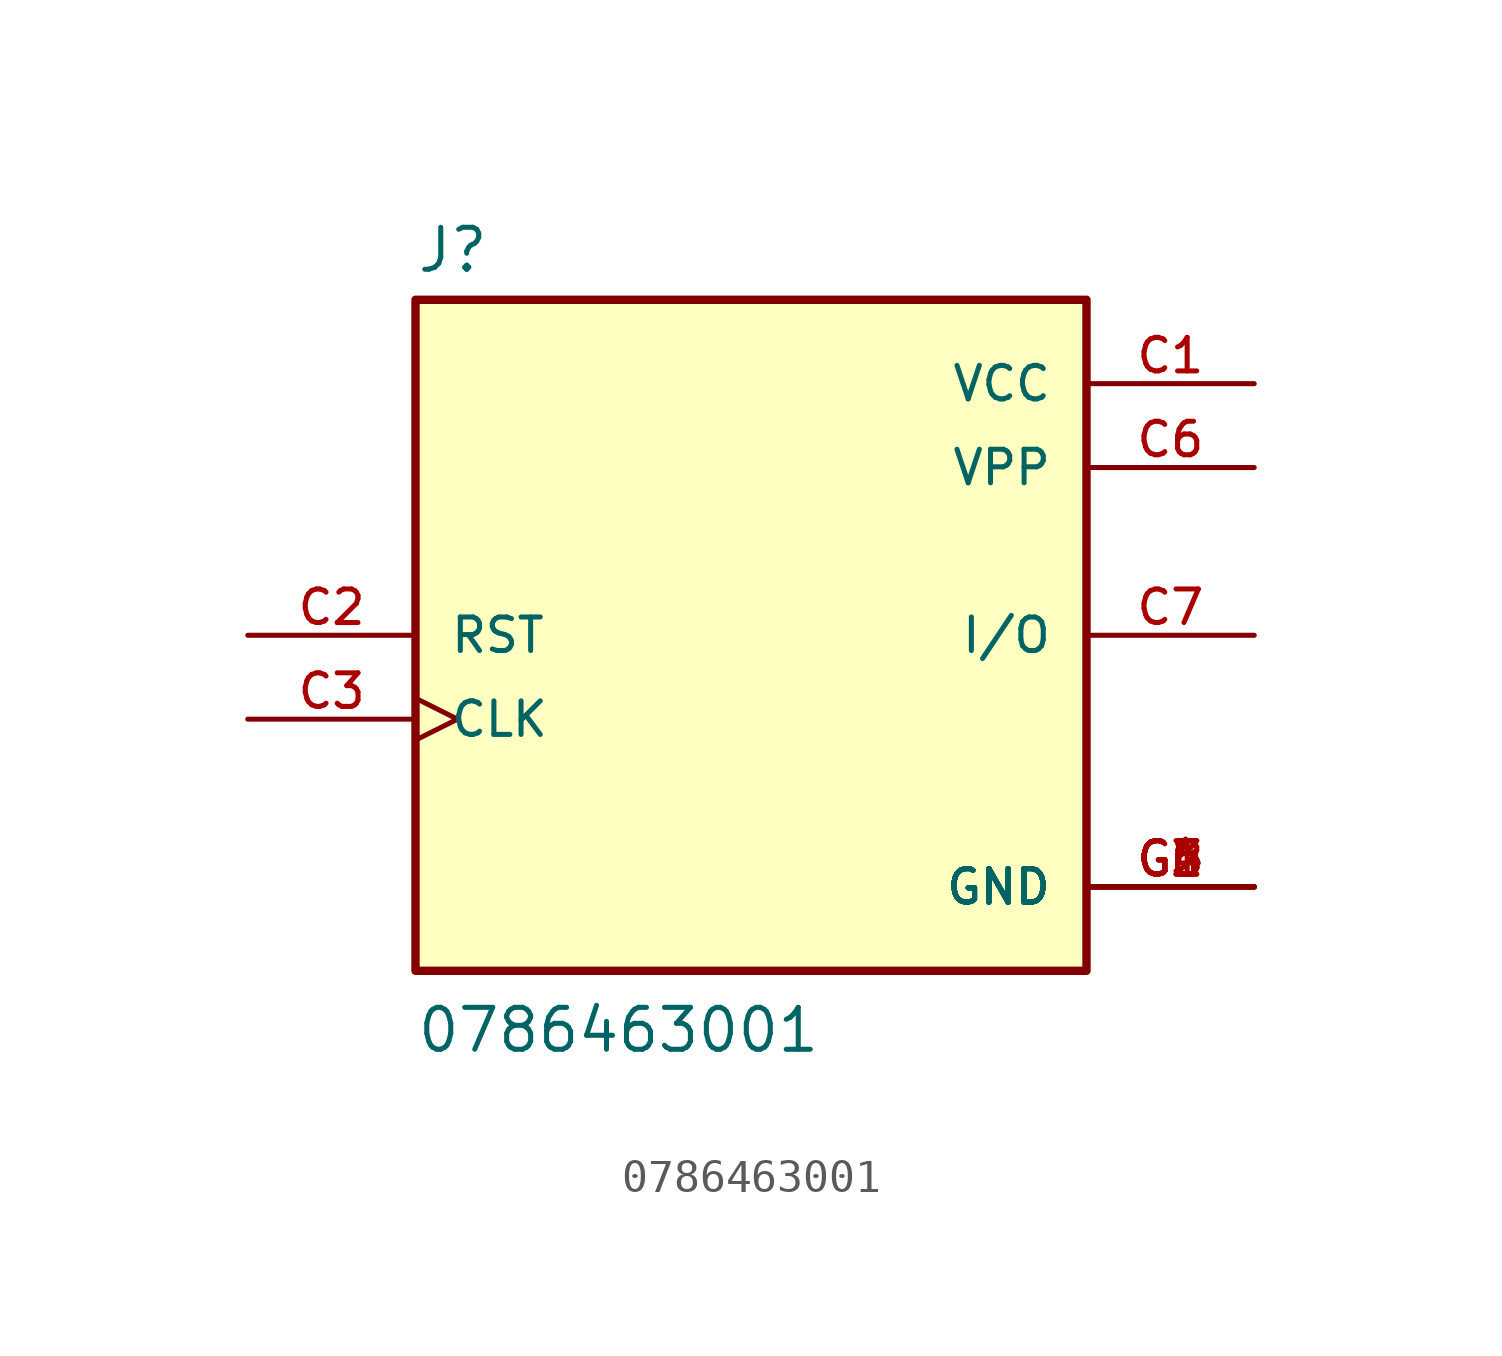
<source format=kicad_sym>
(kicad_symbol_lib
  (version 20211014)
  (generator kicad_symbol_editor)
  (symbol "0786463001"
    (pin_names
      (offset 1.016))
    (property "Reference" "J"
      (at -10.16 10.922 0)
      (effects (font (size 1.27 1.27)) (justify bottom left)))
    (property "Value" "0786463001"
      (at -10.16 -12.7 0)
      (effects (font (size 1.27 1.27)) (justify bottom left)))
    (symbol "0786463001_0_0"
      (rectangle (start -10.16 -10.16) (end 10.16 10.16) (stroke (width 0.254)) (fill (type background)))
      (pin power_in line (at 15.24 7.62 180.0) (length 5.08) (name "VCC" (effects (font (size 1.016 1.016)))) (number "C1" (effects (font (size 1.016 1.016)))))
      (pin input line (at -15.24 0.0 0) (length 5.08) (name "RST" (effects (font (size 1.016 1.016)))) (number "C2" (effects (font (size 1.016 1.016)))))
      (pin input clock (at -15.24 -2.54 0) (length 5.08) (name "CLK" (effects (font (size 1.016 1.016)))) (number "C3" (effects (font (size 1.016 1.016)))))
      (pin power_in line (at 15.24 -7.62 180.0) (length 5.08) (name "GND" (effects (font (size 1.016 1.016)))) (number "C5" (effects (font (size 1.016 1.016)))))
      (pin power_in line (at 15.24 -7.62 180.0) (length 5.08) (name "GND" (effects (font (size 1.016 1.016)))) (number "G1" (effects (font (size 1.016 1.016)))))
      (pin power_in line (at 15.24 -7.62 180.0) (length 5.08) (name "GND" (effects (font (size 1.016 1.016)))) (number "G2" (effects (font (size 1.016 1.016)))))
      (pin power_in line (at 15.24 -7.62 180.0) (length 5.08) (name "GND" (effects (font (size 1.016 1.016)))) (number "G3" (effects (font (size 1.016 1.016)))))
      (pin power_in line (at 15.24 -7.62 180.0) (length 5.08) (name "GND" (effects (font (size 1.016 1.016)))) (number "G4" (effects (font (size 1.016 1.016)))))
      (pin power_in line (at 15.24 -7.62 180.0) (length 5.08) (name "GND" (effects (font (size 1.016 1.016)))) (number "G5" (effects (font (size 1.016 1.016)))))
      (pin power_in line (at 15.24 -7.62 180.0) (length 5.08) (name "GND" (effects (font (size 1.016 1.016)))) (number "G6" (effects (font (size 1.016 1.016)))))
      (pin power_in line (at 15.24 5.08 180.0) (length 5.08) (name "VPP" (effects (font (size 1.016 1.016)))) (number "C6" (effects (font (size 1.016 1.016)))))
      (pin bidirectional line (at 15.24 0.0 180.0) (length 5.08) (name "I/O" (effects (font (size 1.016 1.016)))) (number "C7" (effects (font (size 1.016 1.016))))))))
</source>
